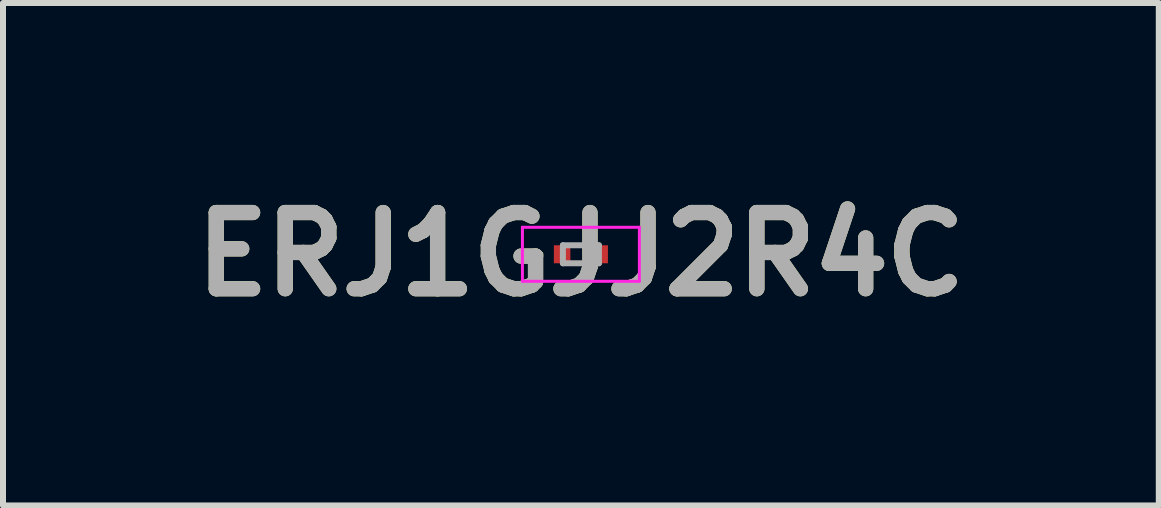
<source format=kicad_pcb>
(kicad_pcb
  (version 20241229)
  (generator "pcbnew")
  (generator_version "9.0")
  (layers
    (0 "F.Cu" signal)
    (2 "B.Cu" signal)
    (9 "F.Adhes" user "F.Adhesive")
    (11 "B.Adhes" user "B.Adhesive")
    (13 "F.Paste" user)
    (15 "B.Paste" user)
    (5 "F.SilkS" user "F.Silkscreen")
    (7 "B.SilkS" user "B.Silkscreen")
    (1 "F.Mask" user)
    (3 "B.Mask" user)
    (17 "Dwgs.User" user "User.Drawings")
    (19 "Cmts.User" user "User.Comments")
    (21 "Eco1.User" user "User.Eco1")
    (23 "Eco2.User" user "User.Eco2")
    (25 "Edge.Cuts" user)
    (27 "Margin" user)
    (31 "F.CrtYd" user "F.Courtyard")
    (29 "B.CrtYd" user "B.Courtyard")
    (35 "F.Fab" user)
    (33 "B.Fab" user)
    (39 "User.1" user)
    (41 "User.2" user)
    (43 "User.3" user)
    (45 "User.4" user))
  (footprint "ERJ1GJJ2R4C"
    (layer "F.Cu")
    (at 6.634 1.189)
    (property "Reference" "ERJ1GJJ2R4C" (at 0 0 0) (layer "F.SilkS") (effects (font (size 1.27 1.27) (thickness 0.254))))
    (attr smd)
    (fp_line (start -0.675 -0.025) (end -0.675 -0.025) (stroke (width 0.05) (type solid)) (layer "F.SilkS"))
    (fp_line (start -0.675 0.025) (end -0.675 0.025) (stroke (width 0.05) (type solid)) (layer "F.SilkS"))
    (fp_arc (start -0.675 -0.025) (mid -0.65 0) (end -0.675 0.025) (stroke (width 0.05) (type solid)) (layer "F.SilkS"))
    (fp_arc (start -0.675 0.025) (mid -0.7 0) (end -0.675 -0.025) (stroke (width 0.05) (type solid)) (layer "F.SilkS"))
    (fp_line (start -0.975 -0.45) (end 0.975 -0.45) (stroke (width 0.05) (type solid)) (layer "F.CrtYd"))
    (fp_line (start -0.975 0.45) (end -0.975 -0.45) (stroke (width 0.05) (type solid)) (layer "F.CrtYd"))
    (fp_line (start 0.975 -0.45) (end 0.975 0.45) (stroke (width 0.05) (type solid)) (layer "F.CrtYd"))
    (fp_line (start 0.975 0.45) (end -0.975 0.45) (stroke (width 0.05) (type solid)) (layer "F.CrtYd"))
    (fp_line (start -0.3 -0.15) (end 0.3 -0.15) (stroke (width 0.1) (type solid)) (layer "F.Fab"))
    (fp_line (start -0.3 0.15) (end -0.3 -0.15) (stroke (width 0.1) (type solid)) (layer "F.Fab"))
    (fp_line (start 0.3 -0.15) (end 0.3 0.15) (stroke (width 0.1) (type solid)) (layer "F.Fab"))
    (fp_line (start 0.3 0.15) (end -0.3 0.15) (stroke (width 0.1) (type solid)) (layer "F.Fab"))
    (fp_text user "${REFERENCE}" (at 0 0 0) (layer "F.Fab") (effects (font (size 1.27 1.27) (thickness 0.254))))
    (pad "1" smd rect (at -0.313 0) (size 0.275 0.3) (layers "F.Cu" "F.Mask" "F.Paste"))
    (pad "2" smd rect (at 0.313 0) (size 0.275 0.3) (layers "F.Cu" "F.Mask" "F.Paste")))
  (gr_rect
    (start -3 -3)
    (end 16.268 5.377)
    (stroke (width 0.1) (type default))
    (fill no)
    (layer "Edge.Cuts")))
</source>
